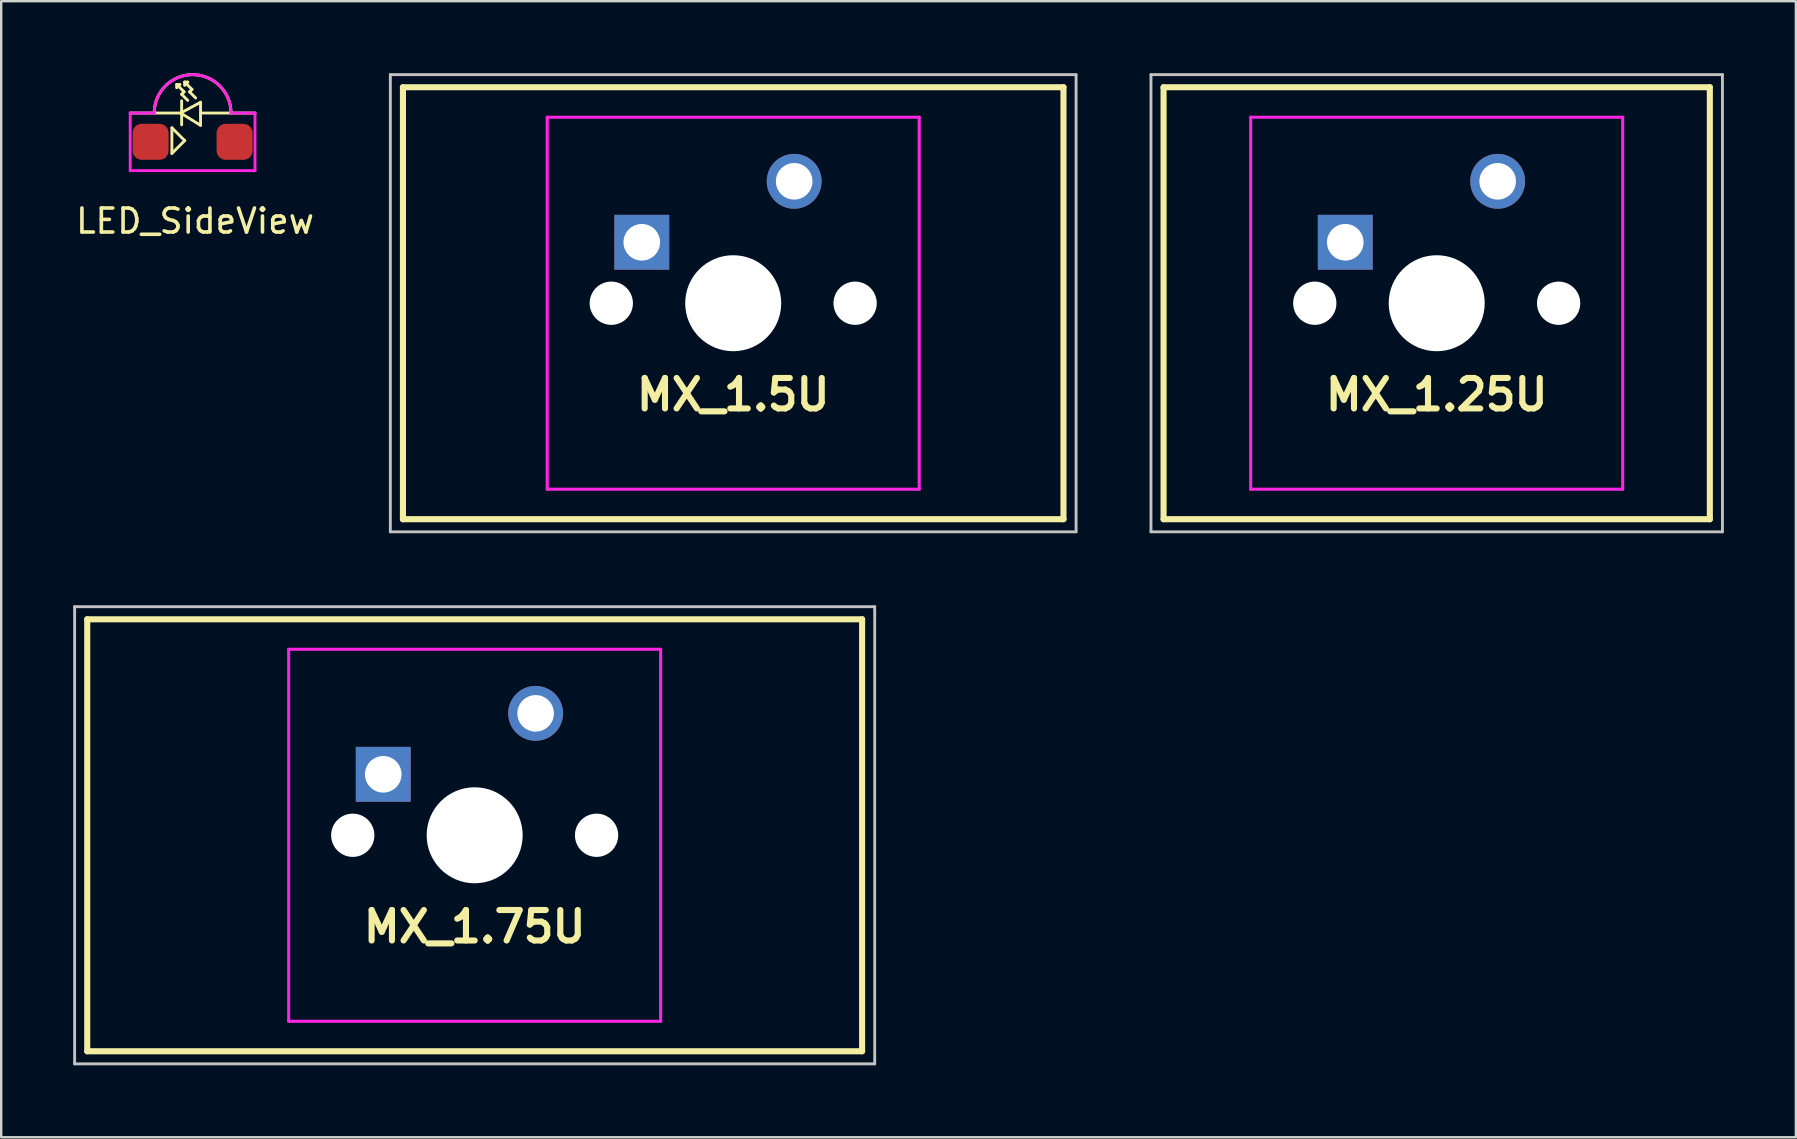
<source format=kicad_pcb>
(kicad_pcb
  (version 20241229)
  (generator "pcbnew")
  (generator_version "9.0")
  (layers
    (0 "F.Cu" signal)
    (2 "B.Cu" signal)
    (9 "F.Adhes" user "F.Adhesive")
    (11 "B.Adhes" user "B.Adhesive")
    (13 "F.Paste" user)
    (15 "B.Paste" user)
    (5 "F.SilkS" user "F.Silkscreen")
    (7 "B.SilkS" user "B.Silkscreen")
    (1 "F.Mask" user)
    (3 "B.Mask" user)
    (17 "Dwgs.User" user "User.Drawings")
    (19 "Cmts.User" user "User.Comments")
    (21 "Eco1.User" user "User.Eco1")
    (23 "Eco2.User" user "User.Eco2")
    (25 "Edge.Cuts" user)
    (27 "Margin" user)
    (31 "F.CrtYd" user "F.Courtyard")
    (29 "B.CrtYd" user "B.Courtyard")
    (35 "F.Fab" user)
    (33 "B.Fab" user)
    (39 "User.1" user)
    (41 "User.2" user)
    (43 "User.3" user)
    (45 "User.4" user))
  (footprint "MX_1.75U"
    (layer "F.Cu")
    (at 16.729 31.755)
    (property "Reference" "MX_1.75U" (at 0 3.81 180) (layer "F.SilkS") (effects (font (size 1.27 1.27) (thickness 0.254))))
    (attr through_hole)
    (fp_line (start -16.144 -9) (end 16.144 -9) (stroke (width 0.254) (type solid)) (layer "F.SilkS"))
    (fp_line (start -16.144 9) (end -16.144 -9) (stroke (width 0.254) (type solid)) (layer "F.SilkS"))
    (fp_line (start 16.144 -9) (end 16.144 9) (stroke (width 0.254) (type solid)) (layer "F.SilkS"))
    (fp_line (start 16.144 9) (end -16.144 9) (stroke (width 0.254) (type solid)) (layer "F.SilkS"))
    (fp_line (start -16.669 -9.525) (end -16.669 9.525) (stroke (width 0.12) (type solid)) (layer "Dwgs.User"))
    (fp_line (start -16.669 -9.525) (end 16.669 -9.525) (stroke (width 0.12) (type solid)) (layer "Dwgs.User"))
    (fp_line (start -16.669 9.525) (end 16.669 9.525) (stroke (width 0.12) (type solid)) (layer "Dwgs.User"))
    (fp_line (start 16.669 -9.525) (end 16.669 9.525) (stroke (width 0.12) (type solid)) (layer "Dwgs.User"))
    (fp_line (start -7 6.746) (end -7 -6.746) (stroke (width 0.025) (type solid)) (layer "Eco1.User"))
    (fp_line (start -6.746 -7) (end 6.746 -7) (stroke (width 0.025) (type solid)) (layer "Eco1.User"))
    (fp_line (start 6.746 7) (end -6.746 7) (stroke (width 0.025) (type solid)) (layer "Eco1.User"))
    (fp_line (start 7 -6.746) (end 7 6.746) (stroke (width 0.025) (type solid)) (layer "Eco1.User"))
    (fp_arc (start -7 -6.746) (mid -6.925605 -6.925605) (end -6.746 -7) (stroke (width 0.0254) (type solid)) (layer "Eco1.User"))
    (fp_arc (start -6.746 7) (mid -6.925605 6.925605) (end -7 6.746) (stroke (width 0.0254) (type solid)) (layer "Eco1.User"))
    (fp_arc (start 6.746 -7) (mid 6.925605 -6.925605) (end 7 -6.746) (stroke (width 0.0254) (type solid)) (layer "Eco1.User"))
    (fp_arc (start 7 6.746) (mid 6.925605 6.925605) (end 6.746 7) (stroke (width 0.0254) (type solid)) (layer "Eco1.User"))
    (fp_line (start -7.75 -7.75) (end 7.75 -7.75) (stroke (width 0.127) (type solid)) (layer "F.CrtYd"))
    (fp_line (start -7.75 7.75) (end -7.75 -7.75) (stroke (width 0.127) (type solid)) (layer "F.CrtYd"))
    (fp_line (start 7.75 -7.75) (end 7.75 7.75) (stroke (width 0.127) (type solid)) (layer "F.CrtYd"))
    (fp_line (start 7.75 7.75) (end -7.75 7.75) (stroke (width 0.127) (type solid)) (layer "F.CrtYd"))
    (pad "" np_thru_hole circle (at -5.08 0 180) (size 1.803 1.803) (drill 1.803) (layers "*.Cu" "*.Mask"))
    (pad "" np_thru_hole circle (at 0 0 180) (size 4 4) (drill 4) (layers "*.Cu" "*.Mask"))
    (pad "" np_thru_hole circle (at 5.08 0 180) (size 1.803 1.803) (drill 1.803) (layers "*.Cu" "*.Mask"))
    (pad "1" thru_hole rect (at -3.81 -2.54 180) (size 2.286 2.286) (drill 1.524) (layers "*.Cu" "*.Mask"))
    (pad "2" thru_hole circle (at 2.54 -5.08) (size 2.286 2.286) (drill 1.524) (layers "*.Cu" "*.Mask")))
  (footprint "LED_SideView"
    (layer "F.Cu")
    (at 4.976 2.86)
    (property "Reference" "LED_SideView" (at 0.102 3.302 0) (layer "F.SilkS") (effects (font (size 1 1) (thickness 0.15))))
    (attr through_hole)
    (fp_line (start -2.6 -1.2) (end -0.5 -1.2) (stroke (width 0.12) (type solid)) (layer "F.SilkS"))
    (fp_line (start -0.864 -0.584) (end -0.864 0.483) (stroke (width 0.12) (type solid)) (layer "F.SilkS"))
    (fp_line (start -0.864 0.483) (end -0.33 -0.051) (stroke (width 0.12) (type solid)) (layer "F.SilkS"))
    (fp_line (start -0.66 -2.388) (end -0.533 -2.388) (stroke (width 0.12) (type solid)) (layer "F.SilkS"))
    (fp_line (start -0.66 -2.261) (end -0.66 -2.388) (stroke (width 0.12) (type solid)) (layer "F.SilkS"))
    (fp_line (start -0.533 -2.388) (end -0.66 -2.261) (stroke (width 0.12) (type solid)) (layer "F.SilkS"))
    (fp_line (start -0.5 -1.2) (end 0.33 -0.688) (stroke (width 0.12) (type solid)) (layer "F.SilkS"))
    (fp_line (start -0.457 -1.981) (end -0.356 -2.083) (stroke (width 0.12) (type solid)) (layer "F.SilkS"))
    (fp_line (start -0.457 -0.711) (end -0.457 -1.711) (stroke (width 0.12) (type solid)) (layer "F.SilkS"))
    (fp_line (start -0.356 -2.083) (end -0.66 -2.388) (stroke (width 0.12) (type solid)) (layer "F.SilkS"))
    (fp_line (start -0.33 -2.489) (end -0.203 -2.489) (stroke (width 0.12) (type solid)) (layer "F.SilkS"))
    (fp_line (start -0.33 -2.362) (end -0.33 -2.489) (stroke (width 0.12) (type solid)) (layer "F.SilkS"))
    (fp_line (start -0.33 -0.051) (end -0.864 -0.584) (stroke (width 0.12) (type solid)) (layer "F.SilkS"))
    (fp_line (start -0.203 -2.489) (end -0.33 -2.362) (stroke (width 0.12) (type solid)) (layer "F.SilkS"))
    (fp_line (start -0.203 -1.727) (end -0.457 -1.981) (stroke (width 0.12) (type solid)) (layer "F.SilkS"))
    (fp_line (start -0.127 -2.083) (end -0.025 -2.184) (stroke (width 0.12) (type solid)) (layer "F.SilkS"))
    (fp_line (start -0.025 -2.184) (end -0.33 -2.489) (stroke (width 0.12) (type solid)) (layer "F.SilkS"))
    (fp_line (start 0.127 -1.829) (end -0.127 -2.083) (stroke (width 0.12) (type solid)) (layer "F.SilkS"))
    (fp_line (start 0.33 -1.2) (end 2.6 -1.2) (stroke (width 0.12) (type solid)) (layer "F.SilkS"))
    (fp_line (start 0.33 -0.688) (end 0.33 -1.648) (stroke (width 0.12) (type solid)) (layer "F.SilkS"))
    (fp_line (start 0.33 -1.648) (end -0.5 -1.2) (stroke (width 0.12) (type solid)) (layer "F.SilkS"))
    (fp_arc (start -1.6 -1.2) (mid 0 -2.8) (end 1.6 -1.2) (stroke (width 0.12) (type solid)) (layer "F.SilkS"))
    (fp_line (start -2.6 -1.2) (end -2.6 1.2) (stroke (width 0.12) (type solid)) (layer "F.CrtYd"))
    (fp_line (start -2.6 1.2) (end 2.6 1.2) (stroke (width 0.12) (type solid)) (layer "F.CrtYd"))
    (fp_line (start -1.6 -1.2) (end -2.6 -1.2) (stroke (width 0.12) (type solid)) (layer "F.CrtYd"))
    (fp_line (start 2.6 -1.2) (end 1.6 -1.2) (stroke (width 0.12) (type solid)) (layer "F.CrtYd"))
    (fp_line (start 2.6 1.2) (end 2.6 -1.2) (stroke (width 0.12) (type solid)) (layer "F.CrtYd"))
    (fp_arc (start -1.6 -1.2) (mid 0 -2.8) (end 1.6 -1.2) (stroke (width 0.12) (type solid)) (layer "F.CrtYd"))
    (pad "" smd roundrect (at 0 0.65) (size 0.9 0.9) (layers "F.Paste") (roundrect_rratio 0.25))
    (pad "1" smd roundrect (at -1.75 0) (size 1.5 1.5) (layers "F.Cu" "F.Mask" "F.Paste") (roundrect_rratio 0.25))
    (pad "2" smd roundrect (at 1.75 0) (size 1.5 1.5) (layers "F.Cu" "F.Mask" "F.Paste") (roundrect_rratio 0.25)))
  (footprint "MX_1.25U"
    (layer "F.Cu")
    (at 56.816 9.585)
    (property "Reference" "MX_1.25U" (at 0 3.81 180) (layer "F.SilkS") (effects (font (size 1.27 1.27) (thickness 0.254))))
    (attr through_hole)
    (fp_line (start -11.381 -9) (end 11.381 -9) (stroke (width 0.254) (type solid)) (layer "F.SilkS"))
    (fp_line (start -11.381 9) (end -11.381 -9) (stroke (width 0.254) (type solid)) (layer "F.SilkS"))
    (fp_line (start 11.381 -9) (end 11.381 9) (stroke (width 0.254) (type solid)) (layer "F.SilkS"))
    (fp_line (start 11.381 9) (end -11.381 9) (stroke (width 0.254) (type solid)) (layer "F.SilkS"))
    (fp_line (start -11.906 -9.525) (end -11.906 9.525) (stroke (width 0.12) (type solid)) (layer "Dwgs.User"))
    (fp_line (start -11.906 -9.525) (end 11.906 -9.525) (stroke (width 0.12) (type solid)) (layer "Dwgs.User"))
    (fp_line (start -11.906 9.525) (end 11.906 9.525) (stroke (width 0.12) (type solid)) (layer "Dwgs.User"))
    (fp_line (start 11.906 -9.525) (end 11.906 9.525) (stroke (width 0.12) (type solid)) (layer "Dwgs.User"))
    (fp_line (start -7 6.746) (end -7 -6.746) (stroke (width 0.025) (type solid)) (layer "Eco1.User"))
    (fp_line (start -6.746 -7) (end 6.746 -7) (stroke (width 0.025) (type solid)) (layer "Eco1.User"))
    (fp_line (start 6.746 7) (end -6.746 7) (stroke (width 0.025) (type solid)) (layer "Eco1.User"))
    (fp_line (start 7 -6.746) (end 7 6.746) (stroke (width 0.025) (type solid)) (layer "Eco1.User"))
    (fp_arc (start -7 -6.746) (mid -6.925605 -6.925605) (end -6.746 -7) (stroke (width 0.0254) (type solid)) (layer "Eco1.User"))
    (fp_arc (start -6.746 7) (mid -6.925605 6.925605) (end -7 6.746) (stroke (width 0.0254) (type solid)) (layer "Eco1.User"))
    (fp_arc (start 6.746 -7) (mid 6.925605 -6.925605) (end 7 -6.746) (stroke (width 0.0254) (type solid)) (layer "Eco1.User"))
    (fp_arc (start 7 6.746) (mid 6.925605 6.925605) (end 6.746 7) (stroke (width 0.0254) (type solid)) (layer "Eco1.User"))
    (fp_line (start -7.75 -7.75) (end 7.75 -7.75) (stroke (width 0.127) (type solid)) (layer "F.CrtYd"))
    (fp_line (start -7.75 7.75) (end -7.75 -7.75) (stroke (width 0.127) (type solid)) (layer "F.CrtYd"))
    (fp_line (start 7.75 -7.75) (end 7.75 7.75) (stroke (width 0.127) (type solid)) (layer "F.CrtYd"))
    (fp_line (start 7.75 7.75) (end -7.75 7.75) (stroke (width 0.127) (type solid)) (layer "F.CrtYd"))
    (pad "" np_thru_hole circle (at -5.08 0 180) (size 1.803 1.803) (drill 1.803) (layers "*.Cu" "*.Mask"))
    (pad "" np_thru_hole circle (at 0 0 180) (size 4 4) (drill 4) (layers "*.Cu" "*.Mask"))
    (pad "" np_thru_hole circle (at 5.08 0 180) (size 1.803 1.803) (drill 1.803) (layers "*.Cu" "*.Mask"))
    (pad "1" thru_hole rect (at -3.81 -2.54 180) (size 2.286 2.286) (drill 1.524) (layers "*.Cu" "*.Mask"))
    (pad "2" thru_hole circle (at 2.54 -5.08) (size 2.286 2.286) (drill 1.524) (layers "*.Cu" "*.Mask")))
  (footprint "MX_1.5U"
    (layer "F.Cu")
    (at 27.502 9.585)
    (property "Reference" "MX_1.5U" (at 0 3.81 180) (layer "F.SilkS") (effects (font (size 1.27 1.27) (thickness 0.254))))
    (attr through_hole)
    (fp_line (start -13.762 -9) (end 13.762 -9) (stroke (width 0.254) (type solid)) (layer "F.SilkS"))
    (fp_line (start -13.762 9) (end -13.762 -9) (stroke (width 0.254) (type solid)) (layer "F.SilkS"))
    (fp_line (start 13.762 -9) (end 13.762 9) (stroke (width 0.254) (type solid)) (layer "F.SilkS"))
    (fp_line (start 13.762 9) (end -13.762 9) (stroke (width 0.254) (type solid)) (layer "F.SilkS"))
    (fp_line (start -14.287 -9.525) (end -14.287 9.525) (stroke (width 0.12) (type solid)) (layer "Dwgs.User"))
    (fp_line (start -14.287 -9.525) (end 14.287 -9.525) (stroke (width 0.12) (type solid)) (layer "Dwgs.User"))
    (fp_line (start -14.287 9.525) (end 14.287 9.525) (stroke (width 0.12) (type solid)) (layer "Dwgs.User"))
    (fp_line (start 14.287 -9.525) (end 14.287 9.525) (stroke (width 0.12) (type solid)) (layer "Dwgs.User"))
    (fp_line (start -7 6.746) (end -7 -6.746) (stroke (width 0.025) (type solid)) (layer "Eco1.User"))
    (fp_line (start -6.746 -7) (end 6.746 -7) (stroke (width 0.025) (type solid)) (layer "Eco1.User"))
    (fp_line (start 6.746 7) (end -6.746 7) (stroke (width 0.025) (type solid)) (layer "Eco1.User"))
    (fp_line (start 7 -6.746) (end 7 6.746) (stroke (width 0.025) (type solid)) (layer "Eco1.User"))
    (fp_arc (start -7 -6.746) (mid -6.925605 -6.925605) (end -6.746 -7) (stroke (width 0.0254) (type solid)) (layer "Eco1.User"))
    (fp_arc (start -6.746 7) (mid -6.925605 6.925605) (end -7 6.746) (stroke (width 0.0254) (type solid)) (layer "Eco1.User"))
    (fp_arc (start 6.746 -7) (mid 6.925605 -6.925605) (end 7 -6.746) (stroke (width 0.0254) (type solid)) (layer "Eco1.User"))
    (fp_arc (start 7 6.746) (mid 6.925605 6.925605) (end 6.746 7) (stroke (width 0.0254) (type solid)) (layer "Eco1.User"))
    (fp_line (start -7.75 -7.75) (end 7.75 -7.75) (stroke (width 0.127) (type solid)) (layer "F.CrtYd"))
    (fp_line (start -7.75 7.75) (end -7.75 -7.75) (stroke (width 0.127) (type solid)) (layer "F.CrtYd"))
    (fp_line (start 7.75 -7.75) (end 7.75 7.75) (stroke (width 0.127) (type solid)) (layer "F.CrtYd"))
    (fp_line (start 7.75 7.75) (end -7.75 7.75) (stroke (width 0.127) (type solid)) (layer "F.CrtYd"))
    (pad "" np_thru_hole circle (at -5.08 0 180) (size 1.803 1.803) (drill 1.803) (layers "*.Cu" "*.Mask"))
    (pad "" np_thru_hole circle (at 0 0 180) (size 4 4) (drill 4) (layers "*.Cu" "*.Mask"))
    (pad "" np_thru_hole circle (at 5.08 0 180) (size 1.803 1.803) (drill 1.803) (layers "*.Cu" "*.Mask"))
    (pad "1" thru_hole rect (at -3.81 -2.54 180) (size 2.286 2.286) (drill 1.524) (layers "*.Cu" "*.Mask"))
    (pad "2" thru_hole circle (at 2.54 -5.08) (size 2.286 2.286) (drill 1.524) (layers "*.Cu" "*.Mask")))
  (gr_rect
    (start -3 -3)
    (end 71.782 44.34)
    (stroke (width 0.1) (type default))
    (fill no)
    (layer "Edge.Cuts")))
</source>
